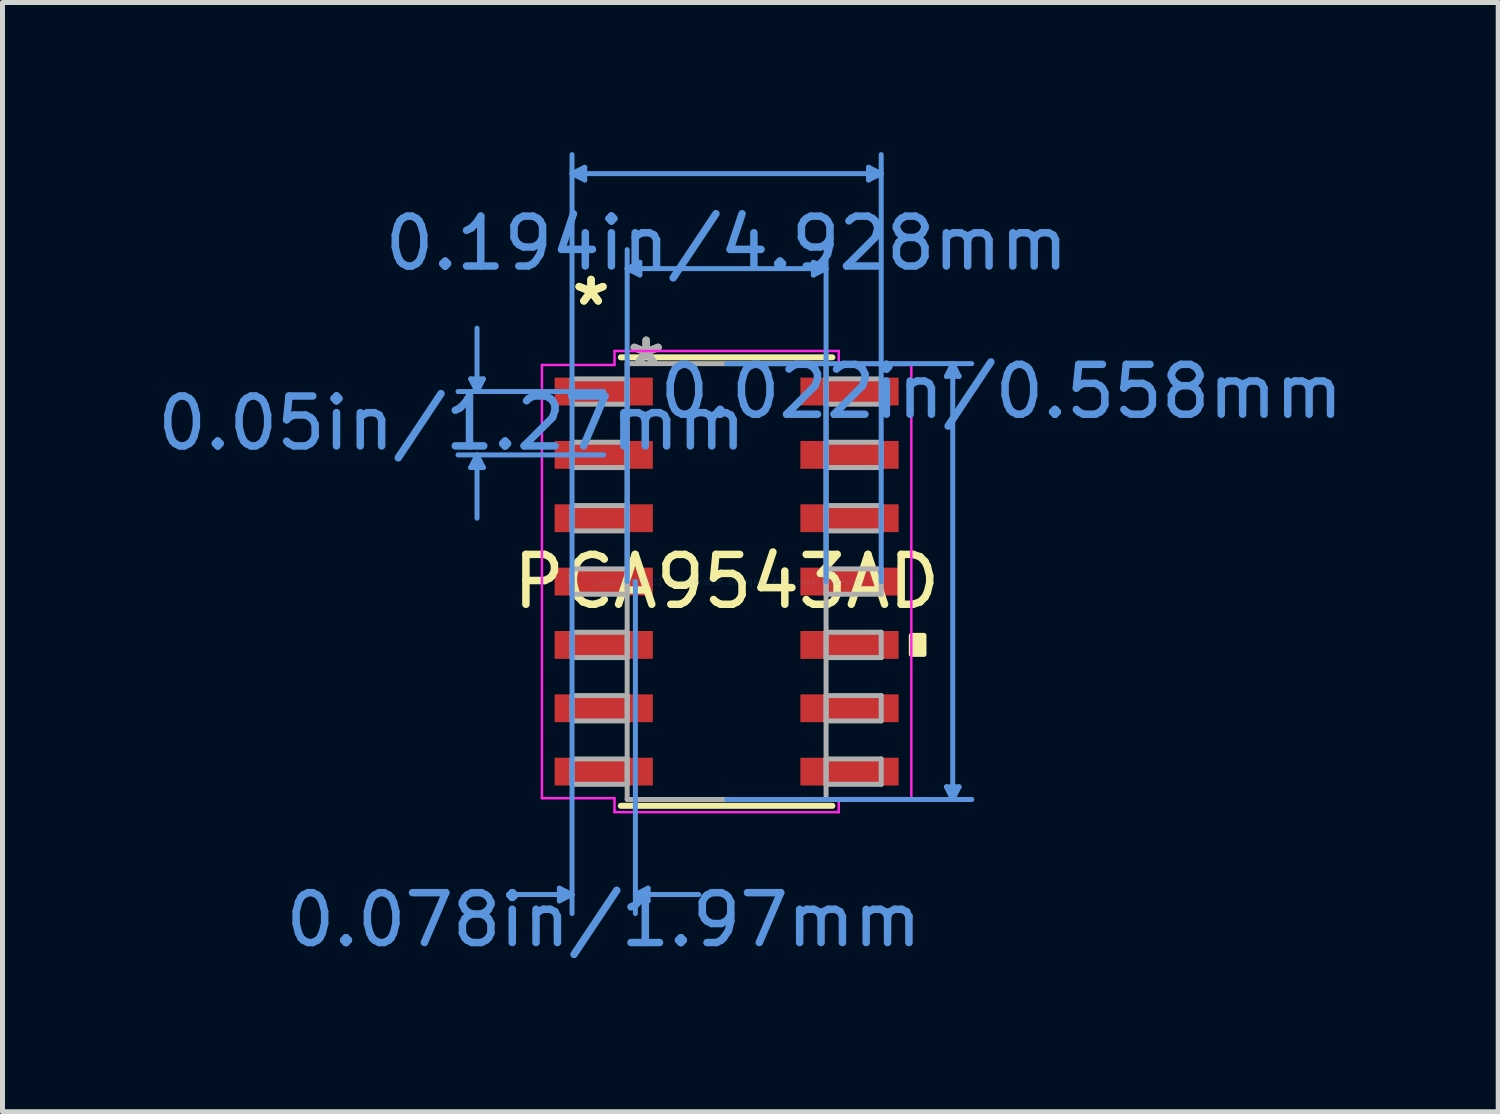
<source format=kicad_pcb>
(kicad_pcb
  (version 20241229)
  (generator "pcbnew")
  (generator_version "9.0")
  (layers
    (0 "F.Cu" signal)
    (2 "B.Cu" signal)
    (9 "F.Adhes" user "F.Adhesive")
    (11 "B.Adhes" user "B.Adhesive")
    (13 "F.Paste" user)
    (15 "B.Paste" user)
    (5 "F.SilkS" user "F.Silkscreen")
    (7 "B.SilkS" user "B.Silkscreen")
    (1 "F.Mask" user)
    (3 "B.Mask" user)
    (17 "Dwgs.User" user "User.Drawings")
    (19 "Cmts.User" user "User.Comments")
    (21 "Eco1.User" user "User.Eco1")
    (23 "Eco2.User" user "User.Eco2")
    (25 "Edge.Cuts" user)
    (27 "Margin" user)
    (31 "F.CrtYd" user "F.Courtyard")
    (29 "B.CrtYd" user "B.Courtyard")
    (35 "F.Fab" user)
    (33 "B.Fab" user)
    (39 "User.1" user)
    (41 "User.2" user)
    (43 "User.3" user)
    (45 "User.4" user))
  (footprint "PCA9543AD"
    (layer "F.Cu")
    (at 11.518 8.61)
    (property "Reference" "PCA9543AD" (at 0 0 0) (layer "F.SilkS") (effects (font (size 1 1) (thickness 0.15))))
    (attr through_hole)
    (fp_line (start -2.121 4.496) (end 2.121 4.496) (stroke (width 0.12) (type solid)) (layer "F.SilkS"))
    (fp_line (start 2.121 -4.496) (end -2.121 -4.496) (stroke (width 0.12) (type solid)) (layer "F.SilkS"))
    (fp_poly (pts (xy 3.957 1.079) (xy 3.957 1.46) (xy 3.703 1.46) (xy 3.703 1.079)) (stroke (width 0.1) (type solid)) (fill yes) (layer "F.SilkS"))
    (fp_line (start -5.131 -4.064) (end -4.877 -4.064) (stroke (width 0.1) (type solid)) (layer "Cmts.User"))
    (fp_line (start -5.131 -2.286) (end -4.877 -2.286) (stroke (width 0.1) (type solid)) (layer "Cmts.User"))
    (fp_line (start -5.004 -3.81) (end -5.131 -4.064) (stroke (width 0.1) (type solid)) (layer "Cmts.User"))
    (fp_line (start -5.004 -3.81) (end -5.004 -5.08) (stroke (width 0.1) (type solid)) (layer "Cmts.User"))
    (fp_line (start -5.004 -3.81) (end -4.877 -4.064) (stroke (width 0.1) (type solid)) (layer "Cmts.User"))
    (fp_line (start -5.004 -2.54) (end -5.131 -2.286) (stroke (width 0.1) (type solid)) (layer "Cmts.User"))
    (fp_line (start -5.004 -2.54) (end -5.004 -1.27) (stroke (width 0.1) (type solid)) (layer "Cmts.User"))
    (fp_line (start -5.004 -2.54) (end -4.877 -2.286) (stroke (width 0.1) (type solid)) (layer "Cmts.User"))
    (fp_line (start -3.353 6.147) (end -3.353 6.401) (stroke (width 0.1) (type solid)) (layer "Cmts.User"))
    (fp_line (start -3.099 -8.179) (end -2.845 -8.306) (stroke (width 0.1) (type solid)) (layer "Cmts.User"))
    (fp_line (start -3.099 -8.179) (end -2.845 -8.052) (stroke (width 0.1) (type solid)) (layer "Cmts.User"))
    (fp_line (start -3.099 -8.179) (end 3.099 -8.179) (stroke (width 0.1) (type solid)) (layer "Cmts.User"))
    (fp_line (start -3.099 0) (end -3.099 -8.56) (stroke (width 0.1) (type solid)) (layer "Cmts.User"))
    (fp_line (start -3.099 0) (end -3.099 6.655) (stroke (width 0.1) (type solid)) (layer "Cmts.User"))
    (fp_line (start -3.099 6.274) (end -4.369 6.274) (stroke (width 0.1) (type solid)) (layer "Cmts.User"))
    (fp_line (start -3.099 6.274) (end -3.353 6.147) (stroke (width 0.1) (type solid)) (layer "Cmts.User"))
    (fp_line (start -3.099 6.274) (end -3.353 6.401) (stroke (width 0.1) (type solid)) (layer "Cmts.User"))
    (fp_line (start -2.845 -8.306) (end -2.845 -8.052) (stroke (width 0.1) (type solid)) (layer "Cmts.User"))
    (fp_line (start -2.464 -3.81) (end -5.385 -3.81) (stroke (width 0.1) (type solid)) (layer "Cmts.User"))
    (fp_line (start -2.464 -2.54) (end -5.385 -2.54) (stroke (width 0.1) (type solid)) (layer "Cmts.User"))
    (fp_line (start -1.994 -6.274) (end -1.74 -6.401) (stroke (width 0.1) (type solid)) (layer "Cmts.User"))
    (fp_line (start -1.994 -6.274) (end -1.74 -6.147) (stroke (width 0.1) (type solid)) (layer "Cmts.User"))
    (fp_line (start -1.994 -6.274) (end 1.994 -6.274) (stroke (width 0.1) (type solid)) (layer "Cmts.User"))
    (fp_line (start -1.994 0) (end -1.994 -6.655) (stroke (width 0.1) (type solid)) (layer "Cmts.User"))
    (fp_line (start -1.829 0) (end -1.829 6.655) (stroke (width 0.1) (type solid)) (layer "Cmts.User"))
    (fp_line (start -1.829 6.274) (end -1.575 6.147) (stroke (width 0.1) (type solid)) (layer "Cmts.User"))
    (fp_line (start -1.829 6.274) (end -1.575 6.401) (stroke (width 0.1) (type solid)) (layer "Cmts.User"))
    (fp_line (start -1.829 6.274) (end -0.559 6.274) (stroke (width 0.1) (type solid)) (layer "Cmts.User"))
    (fp_line (start -1.74 -6.401) (end -1.74 -6.147) (stroke (width 0.1) (type solid)) (layer "Cmts.User"))
    (fp_line (start -1.575 6.147) (end -1.575 6.401) (stroke (width 0.1) (type solid)) (layer "Cmts.User"))
    (fp_line (start 0 -4.369) (end 4.915 -4.369) (stroke (width 0.1) (type solid)) (layer "Cmts.User"))
    (fp_line (start 0 4.369) (end 4.915 4.369) (stroke (width 0.1) (type solid)) (layer "Cmts.User"))
    (fp_line (start 1.74 -6.401) (end 1.74 -6.147) (stroke (width 0.1) (type solid)) (layer "Cmts.User"))
    (fp_line (start 1.994 -6.274) (end 1.74 -6.401) (stroke (width 0.1) (type solid)) (layer "Cmts.User"))
    (fp_line (start 1.994 -6.274) (end 1.74 -6.147) (stroke (width 0.1) (type solid)) (layer "Cmts.User"))
    (fp_line (start 1.994 0) (end 1.994 -6.655) (stroke (width 0.1) (type solid)) (layer "Cmts.User"))
    (fp_line (start 2.845 -8.306) (end 2.845 -8.052) (stroke (width 0.1) (type solid)) (layer "Cmts.User"))
    (fp_line (start 3.099 -8.179) (end 2.845 -8.306) (stroke (width 0.1) (type solid)) (layer "Cmts.User"))
    (fp_line (start 3.099 -8.179) (end 2.845 -8.052) (stroke (width 0.1) (type solid)) (layer "Cmts.User"))
    (fp_line (start 3.099 0) (end 3.099 -8.56) (stroke (width 0.1) (type solid)) (layer "Cmts.User"))
    (fp_line (start 4.407 -4.115) (end 4.661 -4.115) (stroke (width 0.1) (type solid)) (layer "Cmts.User"))
    (fp_line (start 4.407 4.115) (end 4.661 4.115) (stroke (width 0.1) (type solid)) (layer "Cmts.User"))
    (fp_line (start 4.534 -4.369) (end 4.407 -4.115) (stroke (width 0.1) (type solid)) (layer "Cmts.User"))
    (fp_line (start 4.534 -4.369) (end 4.534 4.369) (stroke (width 0.1) (type solid)) (layer "Cmts.User"))
    (fp_line (start 4.534 -4.369) (end 4.661 -4.115) (stroke (width 0.1) (type solid)) (layer "Cmts.User"))
    (fp_line (start 4.534 4.369) (end 4.407 4.115) (stroke (width 0.1) (type solid)) (layer "Cmts.User"))
    (fp_line (start 4.534 4.369) (end 4.661 4.115) (stroke (width 0.1) (type solid)) (layer "Cmts.User"))
    (fp_line (start -3.703 -4.343) (end -2.248 -4.343) (stroke (width 0.05) (type solid)) (layer "F.CrtYd"))
    (fp_line (start -3.703 4.343) (end -3.703 -4.343) (stroke (width 0.05) (type solid)) (layer "F.CrtYd"))
    (fp_line (start -2.248 -4.623) (end 2.248 -4.623) (stroke (width 0.05) (type solid)) (layer "F.CrtYd"))
    (fp_line (start -2.248 -4.343) (end -2.248 -4.623) (stroke (width 0.05) (type solid)) (layer "F.CrtYd"))
    (fp_line (start -2.248 4.343) (end -3.703 4.343) (stroke (width 0.05) (type solid)) (layer "F.CrtYd"))
    (fp_line (start -2.248 4.623) (end -2.248 4.343) (stroke (width 0.05) (type solid)) (layer "F.CrtYd"))
    (fp_line (start 2.248 -4.623) (end 2.248 -4.343) (stroke (width 0.05) (type solid)) (layer "F.CrtYd"))
    (fp_line (start 2.248 -4.343) (end 3.703 -4.343) (stroke (width 0.05) (type solid)) (layer "F.CrtYd"))
    (fp_line (start 2.248 4.343) (end 2.248 4.623) (stroke (width 0.05) (type solid)) (layer "F.CrtYd"))
    (fp_line (start 2.248 4.623) (end -2.248 4.623) (stroke (width 0.05) (type solid)) (layer "F.CrtYd"))
    (fp_line (start 3.703 -4.343) (end 3.703 4.343) (stroke (width 0.05) (type solid)) (layer "F.CrtYd"))
    (fp_line (start 3.703 4.343) (end 2.248 4.343) (stroke (width 0.05) (type solid)) (layer "F.CrtYd"))
    (fp_line (start -3.099 -4.064) (end -3.099 -3.556) (stroke (width 0.1) (type solid)) (layer "F.Fab"))
    (fp_line (start -3.099 -3.556) (end -1.994 -3.556) (stroke (width 0.1) (type solid)) (layer "F.Fab"))
    (fp_line (start -3.099 -2.794) (end -3.099 -2.286) (stroke (width 0.1) (type solid)) (layer "F.Fab"))
    (fp_line (start -3.099 -2.286) (end -1.994 -2.286) (stroke (width 0.1) (type solid)) (layer "F.Fab"))
    (fp_line (start -3.099 -1.524) (end -3.099 -1.016) (stroke (width 0.1) (type solid)) (layer "F.Fab"))
    (fp_line (start -3.099 -1.016) (end -1.994 -1.016) (stroke (width 0.1) (type solid)) (layer "F.Fab"))
    (fp_line (start -3.099 -0.254) (end -3.099 0.254) (stroke (width 0.1) (type solid)) (layer "F.Fab"))
    (fp_line (start -3.099 0.254) (end -1.994 0.254) (stroke (width 0.1) (type solid)) (layer "F.Fab"))
    (fp_line (start -3.099 1.016) (end -3.099 1.524) (stroke (width 0.1) (type solid)) (layer "F.Fab"))
    (fp_line (start -3.099 1.524) (end -1.994 1.524) (stroke (width 0.1) (type solid)) (layer "F.Fab"))
    (fp_line (start -3.099 2.286) (end -3.099 2.794) (stroke (width 0.1) (type solid)) (layer "F.Fab"))
    (fp_line (start -3.099 2.794) (end -1.994 2.794) (stroke (width 0.1) (type solid)) (layer "F.Fab"))
    (fp_line (start -3.099 3.556) (end -3.099 4.064) (stroke (width 0.1) (type solid)) (layer "F.Fab"))
    (fp_line (start -3.099 4.064) (end -1.994 4.064) (stroke (width 0.1) (type solid)) (layer "F.Fab"))
    (fp_line (start -1.994 -4.369) (end -1.994 4.369) (stroke (width 0.1) (type solid)) (layer "F.Fab"))
    (fp_line (start -1.994 -4.064) (end -3.099 -4.064) (stroke (width 0.1) (type solid)) (layer "F.Fab"))
    (fp_line (start -1.994 -3.556) (end -1.994 -4.064) (stroke (width 0.1) (type solid)) (layer "F.Fab"))
    (fp_line (start -1.994 -2.794) (end -3.099 -2.794) (stroke (width 0.1) (type solid)) (layer "F.Fab"))
    (fp_line (start -1.994 -2.286) (end -1.994 -2.794) (stroke (width 0.1) (type solid)) (layer "F.Fab"))
    (fp_line (start -1.994 -1.524) (end -3.099 -1.524) (stroke (width 0.1) (type solid)) (layer "F.Fab"))
    (fp_line (start -1.994 -1.016) (end -1.994 -1.524) (stroke (width 0.1) (type solid)) (layer "F.Fab"))
    (fp_line (start -1.994 -0.254) (end -3.099 -0.254) (stroke (width 0.1) (type solid)) (layer "F.Fab"))
    (fp_line (start -1.994 0.254) (end -1.994 -0.254) (stroke (width 0.1) (type solid)) (layer "F.Fab"))
    (fp_line (start -1.994 1.016) (end -3.099 1.016) (stroke (width 0.1) (type solid)) (layer "F.Fab"))
    (fp_line (start -1.994 1.524) (end -1.994 1.016) (stroke (width 0.1) (type solid)) (layer "F.Fab"))
    (fp_line (start -1.994 2.286) (end -3.099 2.286) (stroke (width 0.1) (type solid)) (layer "F.Fab"))
    (fp_line (start -1.994 2.794) (end -1.994 2.286) (stroke (width 0.1) (type solid)) (layer "F.Fab"))
    (fp_line (start -1.994 3.556) (end -3.099 3.556) (stroke (width 0.1) (type solid)) (layer "F.Fab"))
    (fp_line (start -1.994 4.064) (end -1.994 3.556) (stroke (width 0.1) (type solid)) (layer "F.Fab"))
    (fp_line (start -1.994 4.369) (end 1.994 4.369) (stroke (width 0.1) (type solid)) (layer "F.Fab"))
    (fp_line (start 1.994 -4.369) (end -1.994 -4.369) (stroke (width 0.1) (type solid)) (layer "F.Fab"))
    (fp_line (start 1.994 -4.064) (end 1.994 -3.556) (stroke (width 0.1) (type solid)) (layer "F.Fab"))
    (fp_line (start 1.994 -3.556) (end 3.099 -3.556) (stroke (width 0.1) (type solid)) (layer "F.Fab"))
    (fp_line (start 1.994 -2.794) (end 1.994 -2.286) (stroke (width 0.1) (type solid)) (layer "F.Fab"))
    (fp_line (start 1.994 -2.286) (end 3.099 -2.286) (stroke (width 0.1) (type solid)) (layer "F.Fab"))
    (fp_line (start 1.994 -1.524) (end 1.994 -1.016) (stroke (width 0.1) (type solid)) (layer "F.Fab"))
    (fp_line (start 1.994 -1.016) (end 3.099 -1.016) (stroke (width 0.1) (type solid)) (layer "F.Fab"))
    (fp_line (start 1.994 -0.254) (end 1.994 0.254) (stroke (width 0.1) (type solid)) (layer "F.Fab"))
    (fp_line (start 1.994 0.254) (end 3.099 0.254) (stroke (width 0.1) (type solid)) (layer "F.Fab"))
    (fp_line (start 1.994 1.016) (end 1.994 1.524) (stroke (width 0.1) (type solid)) (layer "F.Fab"))
    (fp_line (start 1.994 1.524) (end 3.099 1.524) (stroke (width 0.1) (type solid)) (layer "F.Fab"))
    (fp_line (start 1.994 2.286) (end 1.994 2.794) (stroke (width 0.1) (type solid)) (layer "F.Fab"))
    (fp_line (start 1.994 2.794) (end 3.099 2.794) (stroke (width 0.1) (type solid)) (layer "F.Fab"))
    (fp_line (start 1.994 3.556) (end 1.994 4.064) (stroke (width 0.1) (type solid)) (layer "F.Fab"))
    (fp_line (start 1.994 4.064) (end 3.099 4.064) (stroke (width 0.1) (type solid)) (layer "F.Fab"))
    (fp_line (start 1.994 4.369) (end 1.994 -4.369) (stroke (width 0.1) (type solid)) (layer "F.Fab"))
    (fp_line (start 3.099 -4.064) (end 1.994 -4.064) (stroke (width 0.1) (type solid)) (layer "F.Fab"))
    (fp_line (start 3.099 -3.556) (end 3.099 -4.064) (stroke (width 0.1) (type solid)) (layer "F.Fab"))
    (fp_line (start 3.099 -2.794) (end 1.994 -2.794) (stroke (width 0.1) (type solid)) (layer "F.Fab"))
    (fp_line (start 3.099 -2.286) (end 3.099 -2.794) (stroke (width 0.1) (type solid)) (layer "F.Fab"))
    (fp_line (start 3.099 -1.524) (end 1.994 -1.524) (stroke (width 0.1) (type solid)) (layer "F.Fab"))
    (fp_line (start 3.099 -1.016) (end 3.099 -1.524) (stroke (width 0.1) (type solid)) (layer "F.Fab"))
    (fp_line (start 3.099 -0.254) (end 1.994 -0.254) (stroke (width 0.1) (type solid)) (layer "F.Fab"))
    (fp_line (start 3.099 0.254) (end 3.099 -0.254) (stroke (width 0.1) (type solid)) (layer "F.Fab"))
    (fp_line (start 3.099 1.016) (end 1.994 1.016) (stroke (width 0.1) (type solid)) (layer "F.Fab"))
    (fp_line (start 3.099 1.524) (end 3.099 1.016) (stroke (width 0.1) (type solid)) (layer "F.Fab"))
    (fp_line (start 3.099 2.286) (end 1.994 2.286) (stroke (width 0.1) (type solid)) (layer "F.Fab"))
    (fp_line (start 3.099 2.794) (end 3.099 2.286) (stroke (width 0.1) (type solid)) (layer "F.Fab"))
    (fp_line (start 3.099 3.556) (end 1.994 3.556) (stroke (width 0.1) (type solid)) (layer "F.Fab"))
    (fp_line (start 3.099 4.064) (end 3.099 3.556) (stroke (width 0.1) (type solid)) (layer "F.Fab"))
    (fp_text user "*" (at -2.718 -5.511 0) (layer "F.SilkS") (effects (font (size 1 1) (thickness 0.15))))
    (fp_text user "*" (at -2.718 -5.511 0) (layer "F.SilkS") (effects (font (size 1 1) (thickness 0.15))))
    (fp_text user "0.022in/0.558mm" (at 5.512 -3.81 0) (layer "Cmts.User") (effects (font (size 1 1) (thickness 0.15))))
    (fp_text user "Copyright 2021 Accelerated Designs. All rights reserved." (at 0 0 0) (layer "Cmts.User") (effects (font (size 0.127 0.127) (thickness 0.002))))
    (fp_text user "0.078in/1.97mm" (at -2.464 6.782 0) (layer "Cmts.User") (effects (font (size 1 1) (thickness 0.15))))
    (fp_text user "0.05in/1.27mm" (at -5.512 -3.175 0) (layer "Cmts.User") (effects (font (size 1 1) (thickness 0.15))))
    (fp_text user "0.194in/4.928mm" (at 0 -6.782 0) (layer "Cmts.User") (effects (font (size 1 1) (thickness 0.15))))
    (fp_text user "*" (at -1.613 -4.293 0) (layer "F.Fab") (effects (font (size 1 1) (thickness 0.15))))
    (fp_text user "*" (at -1.613 -4.293 0) (layer "F.Fab") (effects (font (size 1 1) (thickness 0.15))))
    (pad "1" smd rect (at -2.464 -3.81) (size 1.97 0.558) (layers "F.Cu" "F.Mask" "F.Paste"))
    (pad "2" smd rect (at -2.464 -2.54) (size 1.97 0.558) (layers "F.Cu" "F.Mask" "F.Paste"))
    (pad "3" smd rect (at -2.464 -1.27) (size 1.97 0.558) (layers "F.Cu" "F.Mask" "F.Paste"))
    (pad "4" smd rect (at -2.464 0) (size 1.97 0.558) (layers "F.Cu" "F.Mask" "F.Paste"))
    (pad "5" smd rect (at -2.464 1.27) (size 1.97 0.558) (layers "F.Cu" "F.Mask" "F.Paste"))
    (pad "6" smd rect (at -2.464 2.54) (size 1.97 0.558) (layers "F.Cu" "F.Mask" "F.Paste"))
    (pad "7" smd rect (at -2.464 3.81) (size 1.97 0.558) (layers "F.Cu" "F.Mask" "F.Paste"))
    (pad "8" smd rect (at 2.464 3.81) (size 1.97 0.558) (layers "F.Cu" "F.Mask" "F.Paste"))
    (pad "9" smd rect (at 2.464 2.54) (size 1.97 0.558) (layers "F.Cu" "F.Mask" "F.Paste"))
    (pad "10" smd rect (at 2.464 1.27) (size 1.97 0.558) (layers "F.Cu" "F.Mask" "F.Paste"))
    (pad "11" smd rect (at 2.464 0) (size 1.97 0.558) (layers "F.Cu" "F.Mask" "F.Paste"))
    (pad "12" smd rect (at 2.464 -1.27) (size 1.97 0.558) (layers "F.Cu" "F.Mask" "F.Paste"))
    (pad "13" smd rect (at 2.464 -2.54) (size 1.97 0.558) (layers "F.Cu" "F.Mask" "F.Paste"))
    (pad "14" smd rect (at 2.464 -3.81) (size 1.97 0.558) (layers "F.Cu" "F.Mask" "F.Paste")))
  (gr_rect
    (start -3 -3)
    (end 26.988 19.24)
    (stroke (width 0.1) (type default))
    (fill no)
    (layer "Edge.Cuts")))
</source>
